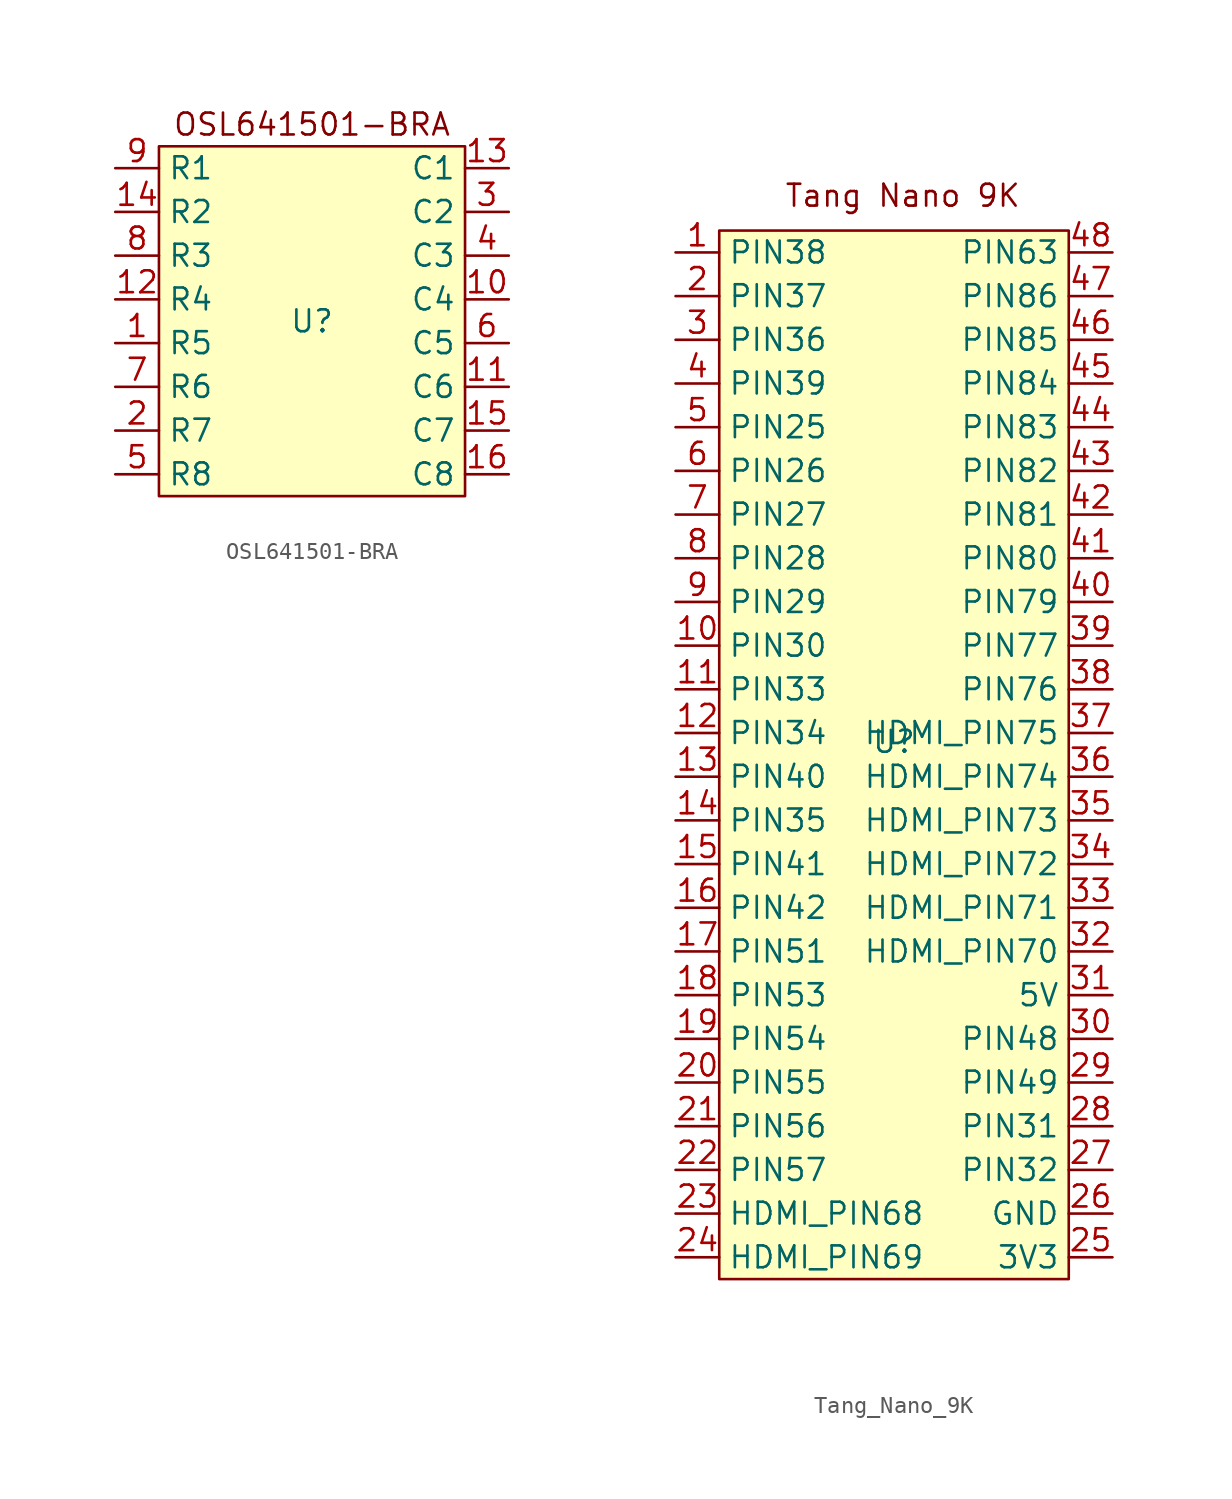
<source format=kicad_sym>
(kicad_symbol_lib
  (version 20231120)
  (generator "kicad_symbol_editor")
  (generator_version "8.0")
  (symbol "OSL641501-BRA"
    (property "Reference" "U"
      (at 0 0 0)
      (effects (font (size 1.27 1.27))))
    (property "Value" ""
      (at 0 3.81 0)
      (effects (font (size 1.27 1.27))))
    (symbol "OSL641501-BRA_1_1"
      (rectangle (start -8.89 10.16) (end 8.89 -10.16) (stroke (width 0) (type default)) (fill (type background)))
      (text "OSL641501-BRA" (at 0 11.43 0) (effects (font (size 1.27 1.27))))
      (pin input line (at -11.43 -1.27 0) (length 2.54) (name "R5" (effects (font (size 1.27 1.27)))) (number "1" (effects (font (size 1.27 1.27)))))
      (pin input line (at 11.43 1.27 180) (length 2.54) (name "C4" (effects (font (size 1.27 1.27)))) (number "10" (effects (font (size 1.27 1.27)))))
      (pin input line (at 11.43 -3.81 180) (length 2.54) (name "C6" (effects (font (size 1.27 1.27)))) (number "11" (effects (font (size 1.27 1.27)))))
      (pin input line (at -11.43 1.27 0) (length 2.54) (name "R4" (effects (font (size 1.27 1.27)))) (number "12" (effects (font (size 1.27 1.27)))))
      (pin input line (at 11.43 8.89 180) (length 2.54) (name "C1" (effects (font (size 1.27 1.27)))) (number "13" (effects (font (size 1.27 1.27)))))
      (pin input line (at -11.43 6.35 0) (length 2.54) (name "R2" (effects (font (size 1.27 1.27)))) (number "14" (effects (font (size 1.27 1.27)))))
      (pin input line (at 11.43 -6.35 180) (length 2.54) (name "C7" (effects (font (size 1.27 1.27)))) (number "15" (effects (font (size 1.27 1.27)))))
      (pin input line (at 11.43 -8.89 180) (length 2.54) (name "C8" (effects (font (size 1.27 1.27)))) (number "16" (effects (font (size 1.27 1.27)))))
      (pin input line (at -11.43 -6.35 0) (length 2.54) (name "R7" (effects (font (size 1.27 1.27)))) (number "2" (effects (font (size 1.27 1.27)))))
      (pin input line (at 11.43 6.35 180) (length 2.54) (name "C2" (effects (font (size 1.27 1.27)))) (number "3" (effects (font (size 1.27 1.27)))))
      (pin input line (at 11.43 3.81 180) (length 2.54) (name "C3" (effects (font (size 1.27 1.27)))) (number "4" (effects (font (size 1.27 1.27)))))
      (pin input line (at -11.43 -8.89 0) (length 2.54) (name "R8" (effects (font (size 1.27 1.27)))) (number "5" (effects (font (size 1.27 1.27)))))
      (pin input line (at 11.43 -1.27 180) (length 2.54) (name "C5" (effects (font (size 1.27 1.27)))) (number "6" (effects (font (size 1.27 1.27)))))
      (pin input line (at -11.43 -3.81 0) (length 2.54) (name "R6" (effects (font (size 1.27 1.27)))) (number "7" (effects (font (size 1.27 1.27)))))
      (pin input line (at -11.43 3.81 0) (length 2.54) (name "R3" (effects (font (size 1.27 1.27)))) (number "8" (effects (font (size 1.27 1.27)))))
      (pin input line (at -11.43 8.89 0) (length 2.54) (name "R1" (effects (font (size 1.27 1.27)))) (number "9" (effects (font (size 1.27 1.27)))))))
  (symbol "Tang_Nano_9K"
    (property "Reference" "U"
      (at 0 -0.508 0)
      (effects (font (size 1.27 1.27))))
    (property "Value" ""
      (at -2.54 0 0)
      (effects (font (size 1.27 1.27))))
    (symbol "Tang_Nano_9K_1_1"
      (rectangle (start -10.16 29.21) (end 10.16 -31.75) (stroke (width 0) (type default)) (fill (type background)))
      (text "Tang Nano 9K" (at 0.508 31.242 0) (effects (font (size 1.27 1.27))))
      (pin bidirectional line (at -12.7 27.94 0) (length 2.54) (name "PIN38" (effects (font (size 1.27 1.27)))) (number "1" (effects (font (size 1.27 1.27)))))
      (pin bidirectional line (at -12.7 5.08 0) (length 2.54) (name "PIN30" (effects (font (size 1.27 1.27)))) (number "10" (effects (font (size 1.27 1.27)))))
      (pin bidirectional line (at -12.7 2.54 0) (length 2.54) (name "PIN33" (effects (font (size 1.27 1.27)))) (number "11" (effects (font (size 1.27 1.27)))))
      (pin bidirectional line (at -12.7 0 0) (length 2.54) (name "PIN34" (effects (font (size 1.27 1.27)))) (number "12" (effects (font (size 1.27 1.27)))))
      (pin bidirectional line (at -12.7 -2.54 0) (length 2.54) (name "PIN40" (effects (font (size 1.27 1.27)))) (number "13" (effects (font (size 1.27 1.27)))))
      (pin bidirectional line (at -12.7 -5.08 0) (length 2.54) (name "PIN35" (effects (font (size 1.27 1.27)))) (number "14" (effects (font (size 1.27 1.27)))))
      (pin bidirectional line (at -12.7 -7.62 0) (length 2.54) (name "PIN41" (effects (font (size 1.27 1.27)))) (number "15" (effects (font (size 1.27 1.27)))))
      (pin bidirectional line (at -12.7 -10.16 0) (length 2.54) (name "PIN42" (effects (font (size 1.27 1.27)))) (number "16" (effects (font (size 1.27 1.27)))))
      (pin bidirectional line (at -12.7 -12.7 0) (length 2.54) (name "PIN51" (effects (font (size 1.27 1.27)))) (number "17" (effects (font (size 1.27 1.27)))))
      (pin bidirectional line (at -12.7 -15.24 0) (length 2.54) (name "PIN53" (effects (font (size 1.27 1.27)))) (number "18" (effects (font (size 1.27 1.27)))))
      (pin bidirectional line (at -12.7 -17.78 0) (length 2.54) (name "PIN54" (effects (font (size 1.27 1.27)))) (number "19" (effects (font (size 1.27 1.27)))))
      (pin bidirectional line (at -12.7 25.4 0) (length 2.54) (name "PIN37" (effects (font (size 1.27 1.27)))) (number "2" (effects (font (size 1.27 1.27)))))
      (pin bidirectional line (at -12.7 -20.32 0) (length 2.54) (name "PIN55" (effects (font (size 1.27 1.27)))) (number "20" (effects (font (size 1.27 1.27)))))
      (pin bidirectional line (at -12.7 -22.86 0) (length 2.54) (name "PIN56" (effects (font (size 1.27 1.27)))) (number "21" (effects (font (size 1.27 1.27)))))
      (pin bidirectional line (at -12.7 -25.4 0) (length 2.54) (name "PIN57" (effects (font (size 1.27 1.27)))) (number "22" (effects (font (size 1.27 1.27)))))
      (pin bidirectional line (at -12.7 -27.94 0) (length 2.54) (name "HDMI_PIN68" (effects (font (size 1.27 1.27)))) (number "23" (effects (font (size 1.27 1.27)))))
      (pin bidirectional line (at -12.7 -30.48 0) (length 2.54) (name "HDMI_PIN69" (effects (font (size 1.27 1.27)))) (number "24" (effects (font (size 1.27 1.27)))))
      (pin power_out line (at 12.7 -30.48 180) (length 2.54) (name "3V3" (effects (font (size 1.27 1.27)))) (number "25" (effects (font (size 1.27 1.27)))))
      (pin power_out line (at 12.7 -27.94 180) (length 2.54) (name "GND" (effects (font (size 1.27 1.27)))) (number "26" (effects (font (size 1.27 1.27)))))
      (pin bidirectional line (at 12.7 -25.4 180) (length 2.54) (name "PIN32" (effects (font (size 1.27 1.27)))) (number "27" (effects (font (size 1.27 1.27)))))
      (pin bidirectional line (at 12.7 -22.86 180) (length 2.54) (name "PIN31" (effects (font (size 1.27 1.27)))) (number "28" (effects (font (size 1.27 1.27)))))
      (pin bidirectional line (at 12.7 -20.32 180) (length 2.54) (name "PIN49" (effects (font (size 1.27 1.27)))) (number "29" (effects (font (size 1.27 1.27)))))
      (pin bidirectional line (at -12.7 22.86 0) (length 2.54) (name "PIN36" (effects (font (size 1.27 1.27)))) (number "3" (effects (font (size 1.27 1.27)))))
      (pin bidirectional line (at 12.7 -17.78 180) (length 2.54) (name "PIN48" (effects (font (size 1.27 1.27)))) (number "30" (effects (font (size 1.27 1.27)))))
      (pin power_out line (at 12.7 -15.24 180) (length 2.54) (name "5V" (effects (font (size 1.27 1.27)))) (number "31" (effects (font (size 1.27 1.27)))))
      (pin bidirectional line (at 12.7 -12.7 180) (length 2.54) (name "HDMI_PIN70" (effects (font (size 1.27 1.27)))) (number "32" (effects (font (size 1.27 1.27)))))
      (pin bidirectional line (at 12.7 -10.16 180) (length 2.54) (name "HDMI_PIN71" (effects (font (size 1.27 1.27)))) (number "33" (effects (font (size 1.27 1.27)))))
      (pin bidirectional line (at 12.7 -7.62 180) (length 2.54) (name "HDMI_PIN72" (effects (font (size 1.27 1.27)))) (number "34" (effects (font (size 1.27 1.27)))))
      (pin bidirectional line (at 12.7 -5.08 180) (length 2.54) (name "HDMI_PIN73" (effects (font (size 1.27 1.27)))) (number "35" (effects (font (size 1.27 1.27)))))
      (pin bidirectional line (at 12.7 -2.54 180) (length 2.54) (name "HDMI_PIN74" (effects (font (size 1.27 1.27)))) (number "36" (effects (font (size 1.27 1.27)))))
      (pin bidirectional line (at 12.7 0 180) (length 2.54) (name "HDMI_PIN75" (effects (font (size 1.27 1.27)))) (number "37" (effects (font (size 1.27 1.27)))))
      (pin bidirectional line (at 12.7 2.54 180) (length 2.54) (name "PIN76" (effects (font (size 1.27 1.27)))) (number "38" (effects (font (size 1.27 1.27)))))
      (pin bidirectional line (at 12.7 5.08 180) (length 2.54) (name "PIN77" (effects (font (size 1.27 1.27)))) (number "39" (effects (font (size 1.27 1.27)))))
      (pin bidirectional line (at -12.7 20.32 0) (length 2.54) (name "PIN39" (effects (font (size 1.27 1.27)))) (number "4" (effects (font (size 1.27 1.27)))))
      (pin bidirectional line (at 12.7 7.62 180) (length 2.54) (name "PIN79" (effects (font (size 1.27 1.27)))) (number "40" (effects (font (size 1.27 1.27)))))
      (pin bidirectional line (at 12.7 10.16 180) (length 2.54) (name "PIN80" (effects (font (size 1.27 1.27)))) (number "41" (effects (font (size 1.27 1.27)))))
      (pin bidirectional line (at 12.7 12.7 180) (length 2.54) (name "PIN81" (effects (font (size 1.27 1.27)))) (number "42" (effects (font (size 1.27 1.27)))))
      (pin bidirectional line (at 12.7 15.24 180) (length 2.54) (name "PIN82" (effects (font (size 1.27 1.27)))) (number "43" (effects (font (size 1.27 1.27)))))
      (pin bidirectional line (at 12.7 17.78 180) (length 2.54) (name "PIN83" (effects (font (size 1.27 1.27)))) (number "44" (effects (font (size 1.27 1.27)))))
      (pin bidirectional line (at 12.7 20.32 180) (length 2.54) (name "PIN84" (effects (font (size 1.27 1.27)))) (number "45" (effects (font (size 1.27 1.27)))))
      (pin bidirectional line (at 12.7 22.86 180) (length 2.54) (name "PIN85" (effects (font (size 1.27 1.27)))) (number "46" (effects (font (size 1.27 1.27)))))
      (pin bidirectional line (at 12.7 25.4 180) (length 2.54) (name "PIN86" (effects (font (size 1.27 1.27)))) (number "47" (effects (font (size 1.27 1.27)))))
      (pin bidirectional line (at 12.7 27.94 180) (length 2.54) (name "PIN63" (effects (font (size 1.27 1.27)))) (number "48" (effects (font (size 1.27 1.27)))))
      (pin bidirectional line (at -12.7 17.78 0) (length 2.54) (name "PIN25" (effects (font (size 1.27 1.27)))) (number "5" (effects (font (size 1.27 1.27)))))
      (pin bidirectional line (at -12.7 15.24 0) (length 2.54) (name "PIN26" (effects (font (size 1.27 1.27)))) (number "6" (effects (font (size 1.27 1.27)))))
      (pin bidirectional line (at -12.7 12.7 0) (length 2.54) (name "PIN27" (effects (font (size 1.27 1.27)))) (number "7" (effects (font (size 1.27 1.27)))))
      (pin bidirectional line (at -12.7 10.16 0) (length 2.54) (name "PIN28" (effects (font (size 1.27 1.27)))) (number "8" (effects (font (size 1.27 1.27)))))
      (pin bidirectional line (at -12.7 7.62 0) (length 2.54) (name "PIN29" (effects (font (size 1.27 1.27)))) (number "9" (effects (font (size 1.27 1.27))))))))
</source>
